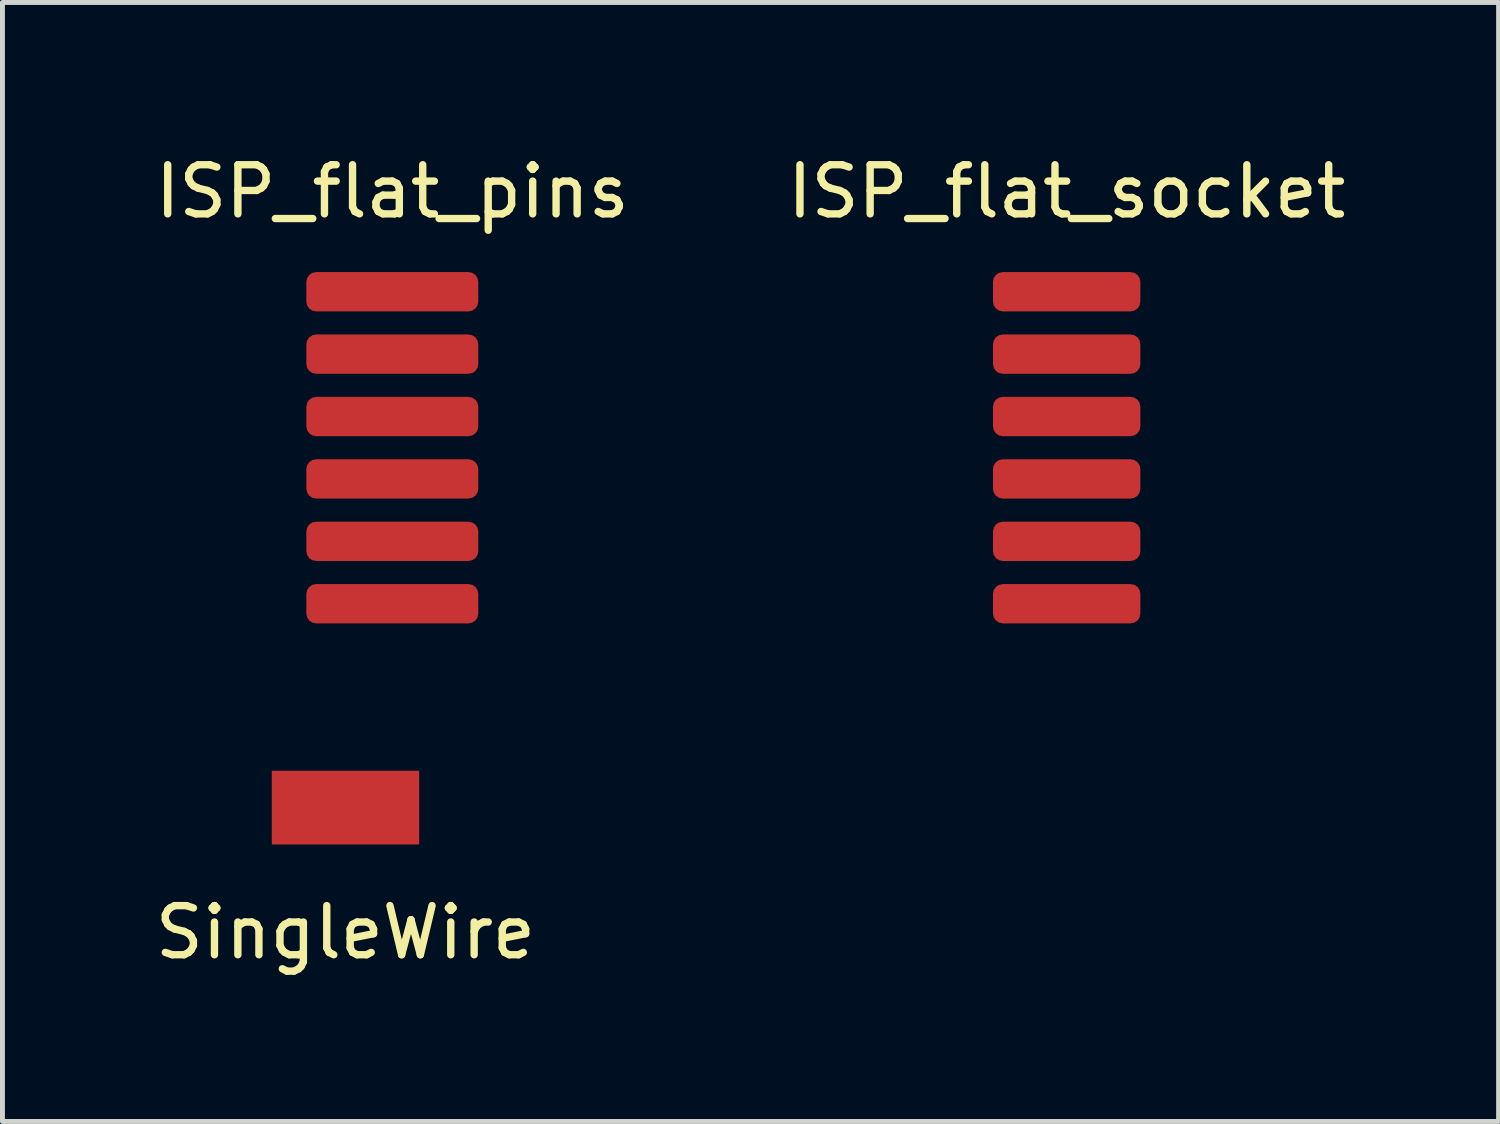
<source format=kicad_pcb>
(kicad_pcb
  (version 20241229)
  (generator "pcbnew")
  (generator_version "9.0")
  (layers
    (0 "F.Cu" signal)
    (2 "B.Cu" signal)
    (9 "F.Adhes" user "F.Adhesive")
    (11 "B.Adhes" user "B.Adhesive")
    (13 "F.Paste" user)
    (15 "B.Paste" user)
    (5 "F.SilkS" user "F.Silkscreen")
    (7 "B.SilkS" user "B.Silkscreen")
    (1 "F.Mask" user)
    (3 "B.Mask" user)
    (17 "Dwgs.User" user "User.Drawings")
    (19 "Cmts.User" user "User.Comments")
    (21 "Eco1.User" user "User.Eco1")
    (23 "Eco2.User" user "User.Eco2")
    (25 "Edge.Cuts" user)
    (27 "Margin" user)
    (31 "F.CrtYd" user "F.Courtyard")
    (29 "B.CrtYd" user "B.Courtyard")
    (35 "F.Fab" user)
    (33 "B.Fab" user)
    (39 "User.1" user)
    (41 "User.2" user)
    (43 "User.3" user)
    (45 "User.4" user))
  (footprint "SingleWire"
    (layer "F.Cu")
    (at 3.982 13.388)
    (property "Reference" "SingleWire" (at 0 2.54 0) (layer "F.SilkS") (effects (font (size 1 1) (thickness 0.15))))
    (attr through_hole)
    (pad "1" smd rect (at 0 0) (size 3 1.5) (layers "F.Cu" "F.Mask" "F.Paste")))
  (footprint "ISP_flat_pins"
    (layer "F.Cu")
    (at 4.935 0.348)
    (property "Reference" "ISP_flat_pins" (at 0 0.5 0) (layer "F.SilkS") (effects (font (size 1 1) (thickness 0.15))))
    (attr through_hole)
    (pad "1" smd roundrect (at 0 8.89) (size 3.5 0.8) (layers "F.Cu" "F.Mask" "F.Paste") (roundrect_rratio 0.25))
    (pad "2" smd roundrect (at 0 7.62) (size 3.5 0.8) (layers "F.Cu" "F.Mask" "F.Paste") (roundrect_rratio 0.25))
    (pad "3" smd roundrect (at 0 6.35) (size 3.5 0.8) (layers "F.Cu" "F.Mask" "F.Paste") (roundrect_rratio 0.25))
    (pad "4" smd roundrect (at 0 5.08) (size 3.5 0.8) (layers "F.Cu" "F.Mask" "F.Paste") (roundrect_rratio 0.25))
    (pad "5" smd roundrect (at 0 3.81) (size 3.5 0.8) (layers "F.Cu" "F.Mask" "F.Paste") (roundrect_rratio 0.25))
    (pad "6" smd roundrect (at 0 2.54) (size 3.5 0.8) (layers "F.Cu" "F.Mask" "F.Paste") (roundrect_rratio 0.25)))
  (footprint "ISP_flat_socket"
    (layer "F.Cu")
    (at 18.661 0.348)
    (property "Reference" "ISP_flat_socket" (at 0 0.5 0) (layer "F.SilkS") (effects (font (size 1 1) (thickness 0.15))))
    (attr through_hole)
    (pad "1" smd roundrect (at 0 2.54) (size 3 0.8) (layers "F.Cu" "F.Mask" "F.Paste") (roundrect_rratio 0.25))
    (pad "2" smd roundrect (at 0 3.81) (size 3 0.8) (layers "F.Cu" "F.Mask" "F.Paste") (roundrect_rratio 0.25))
    (pad "3" smd roundrect (at 0 5.08) (size 3 0.8) (layers "F.Cu" "F.Mask" "F.Paste") (roundrect_rratio 0.25))
    (pad "4" smd roundrect (at 0 6.35) (size 3 0.8) (layers "F.Cu" "F.Mask" "F.Paste") (roundrect_rratio 0.25))
    (pad "5" smd roundrect (at 0 7.62) (size 3 0.8) (layers "F.Cu" "F.Mask" "F.Paste") (roundrect_rratio 0.25))
    (pad "6" smd roundrect (at 0 8.89) (size 3 0.8) (layers "F.Cu" "F.Mask" "F.Paste") (roundrect_rratio 0.25)))
  (gr_rect
    (start -3 -3)
    (end 27.452 19.776)
    (stroke (width 0.1) (type default))
    (fill no)
    (layer "Edge.Cuts")))
</source>
